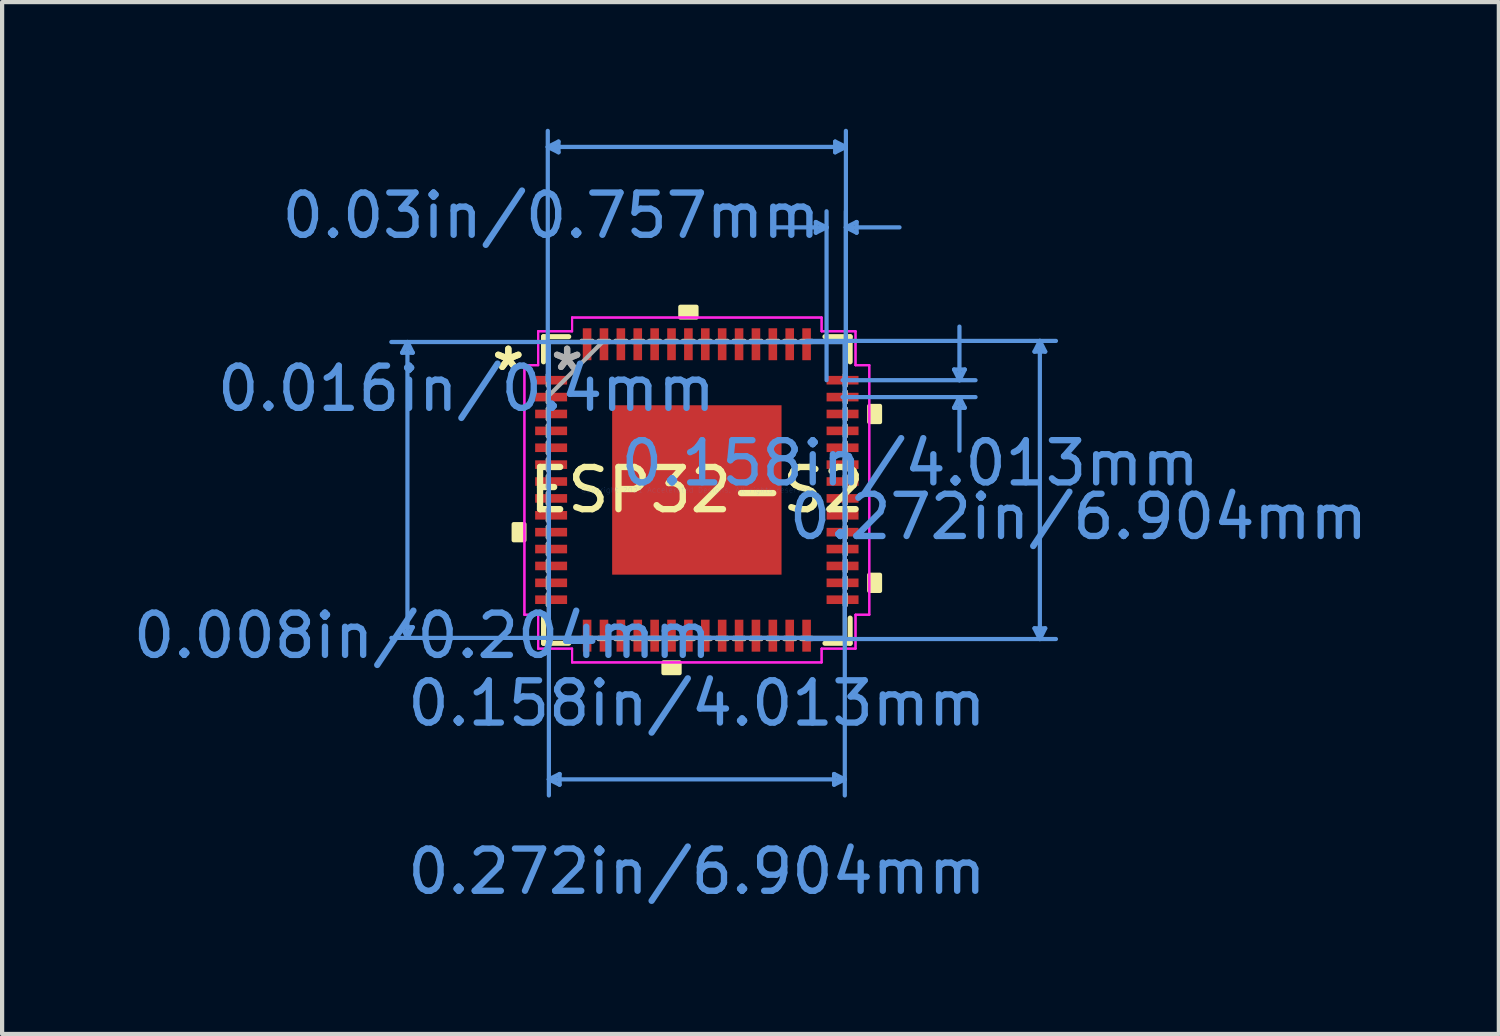
<source format=kicad_pcb>
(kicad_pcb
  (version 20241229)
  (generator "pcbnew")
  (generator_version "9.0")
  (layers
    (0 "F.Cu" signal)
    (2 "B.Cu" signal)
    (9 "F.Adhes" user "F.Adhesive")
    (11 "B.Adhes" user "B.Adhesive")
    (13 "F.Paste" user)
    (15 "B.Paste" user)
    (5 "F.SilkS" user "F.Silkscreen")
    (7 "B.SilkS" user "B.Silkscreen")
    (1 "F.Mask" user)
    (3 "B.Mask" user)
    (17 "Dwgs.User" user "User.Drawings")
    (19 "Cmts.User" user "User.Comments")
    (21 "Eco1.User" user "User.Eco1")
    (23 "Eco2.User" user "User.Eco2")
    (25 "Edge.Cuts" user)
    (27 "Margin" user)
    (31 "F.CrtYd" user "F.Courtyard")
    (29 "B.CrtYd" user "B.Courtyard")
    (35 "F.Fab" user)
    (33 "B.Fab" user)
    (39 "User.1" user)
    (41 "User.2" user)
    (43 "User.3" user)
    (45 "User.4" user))
  (footprint "ESP32-S2"
    (layer "F.Cu")
    (at 13.458 8.557)
    (property "Reference" "ESP32-S2" (at 0 0 0) (layer "F.SilkS") (effects (font (size 1 1) (thickness 0.15))))
    (attr through_hole)
    (fp_line (start -3.632 -3.632) (end -3.632 -3.035) (stroke (width 0.12) (type solid)) (layer "F.SilkS"))
    (fp_line (start -3.632 3.035) (end -3.632 3.632) (stroke (width 0.12) (type solid)) (layer "F.SilkS"))
    (fp_line (start -3.632 3.632) (end -3.035 3.632) (stroke (width 0.12) (type solid)) (layer "F.SilkS"))
    (fp_line (start -3.035 -3.632) (end -3.632 -3.632) (stroke (width 0.12) (type solid)) (layer "F.SilkS"))
    (fp_line (start 3.035 3.632) (end 3.632 3.632) (stroke (width 0.12) (type solid)) (layer "F.SilkS"))
    (fp_line (start 3.632 -3.632) (end 3.035 -3.632) (stroke (width 0.12) (type solid)) (layer "F.SilkS"))
    (fp_line (start 3.632 -3.035) (end 3.632 -3.632) (stroke (width 0.12) (type solid)) (layer "F.SilkS"))
    (fp_line (start 3.632 3.632) (end 3.632 3.035) (stroke (width 0.12) (type solid)) (layer "F.SilkS"))
    (fp_poly (pts (xy -4.339 0.81) (xy -4.339 1.191) (xy -4.085 1.191) (xy -4.085 0.81)) (stroke (width 0.1) (type solid)) (fill yes) (layer "F.SilkS"))
    (fp_poly (pts (xy -0.79 4.085) (xy -0.79 4.339) (xy -0.409 4.339) (xy -0.409 4.085)) (stroke (width 0.1) (type solid)) (fill yes) (layer "F.SilkS"))
    (fp_poly (pts (xy -0.391 -4.085) (xy -0.391 -4.339) (xy -0.009 -4.339) (xy -0.009 -4.085)) (stroke (width 0.1) (type solid)) (fill yes) (layer "F.SilkS"))
    (fp_poly (pts (xy 4.339 -1.99) (xy 4.339 -1.609) (xy 4.085 -1.609) (xy 4.085 -1.99)) (stroke (width 0.1) (type solid)) (fill yes) (layer "F.SilkS"))
    (fp_poly (pts (xy 4.339 2.01) (xy 4.339 2.391) (xy 4.085 2.391) (xy 4.085 2.01)) (stroke (width 0.1) (type solid)) (fill yes) (layer "F.SilkS"))
    (fp_poly (pts (xy -1.907 -1.907) (xy -1.907 -0.769) (xy -0.769 -0.769) (xy -0.769 -1.907)) (stroke (width 0.1) (type solid)) (fill yes) (layer "F.Paste"))
    (fp_poly (pts (xy -1.907 -0.569) (xy -1.907 0.569) (xy -0.769 0.569) (xy -0.769 -0.569)) (stroke (width 0.1) (type solid)) (fill yes) (layer "F.Paste"))
    (fp_poly (pts (xy -1.907 0.769) (xy -1.907 1.907) (xy -0.769 1.907) (xy -0.769 0.769)) (stroke (width 0.1) (type solid)) (fill yes) (layer "F.Paste"))
    (fp_poly (pts (xy -0.569 -1.907) (xy -0.569 -0.769) (xy 0.569 -0.769) (xy 0.569 -1.907)) (stroke (width 0.1) (type solid)) (fill yes) (layer "F.Paste"))
    (fp_poly (pts (xy -0.569 -0.569) (xy -0.569 0.569) (xy 0.569 0.569) (xy 0.569 -0.569)) (stroke (width 0.1) (type solid)) (fill yes) (layer "F.Paste"))
    (fp_poly (pts (xy -0.569 0.769) (xy -0.569 1.907) (xy 0.569 1.907) (xy 0.569 0.769)) (stroke (width 0.1) (type solid)) (fill yes) (layer "F.Paste"))
    (fp_poly (pts (xy 0.769 -1.907) (xy 0.769 -0.769) (xy 1.907 -0.769) (xy 1.907 -1.907)) (stroke (width 0.1) (type solid)) (fill yes) (layer "F.Paste"))
    (fp_poly (pts (xy 0.769 -0.569) (xy 0.769 0.569) (xy 1.907 0.569) (xy 1.907 -0.569)) (stroke (width 0.1) (type solid)) (fill yes) (layer "F.Paste"))
    (fp_poly (pts (xy 0.769 0.769) (xy 0.769 1.907) (xy 1.907 1.907) (xy 1.907 0.769)) (stroke (width 0.1) (type solid)) (fill yes) (layer "F.Paste"))
    (fp_line (start -6.983 -3.251) (end -6.729 -3.251) (stroke (width 0.1) (type solid)) (layer "Cmts.User"))
    (fp_line (start -6.983 3.251) (end -6.729 3.251) (stroke (width 0.1) (type solid)) (layer "Cmts.User"))
    (fp_line (start -6.856 -3.505) (end -6.983 -3.251) (stroke (width 0.1) (type solid)) (layer "Cmts.User"))
    (fp_line (start -6.856 -3.505) (end -6.856 3.505) (stroke (width 0.1) (type solid)) (layer "Cmts.User"))
    (fp_line (start -6.856 -3.505) (end -6.729 -3.251) (stroke (width 0.1) (type solid)) (layer "Cmts.User"))
    (fp_line (start -6.856 3.505) (end -6.983 3.251) (stroke (width 0.1) (type solid)) (layer "Cmts.User"))
    (fp_line (start -6.856 3.505) (end -6.729 3.251) (stroke (width 0.1) (type solid)) (layer "Cmts.User"))
    (fp_line (start -3.531 -8.126) (end -3.277 -8.253) (stroke (width 0.1) (type solid)) (layer "Cmts.User"))
    (fp_line (start -3.531 -8.126) (end -3.277 -7.999) (stroke (width 0.1) (type solid)) (layer "Cmts.User"))
    (fp_line (start -3.531 -8.126) (end 3.531 -8.126) (stroke (width 0.1) (type solid)) (layer "Cmts.User"))
    (fp_line (start -3.531 -2.6) (end -3.531 -8.507) (stroke (width 0.1) (type solid)) (layer "Cmts.User"))
    (fp_line (start -3.505 -3.505) (end -3.505 7.237) (stroke (width 0.1) (type solid)) (layer "Cmts.User"))
    (fp_line (start -3.505 6.856) (end -3.251 6.729) (stroke (width 0.1) (type solid)) (layer "Cmts.User"))
    (fp_line (start -3.505 6.856) (end -3.251 6.983) (stroke (width 0.1) (type solid)) (layer "Cmts.User"))
    (fp_line (start -3.505 6.856) (end 3.505 6.856) (stroke (width 0.1) (type solid)) (layer "Cmts.User"))
    (fp_line (start -3.277 -8.253) (end -3.277 -7.999) (stroke (width 0.1) (type solid)) (layer "Cmts.User"))
    (fp_line (start -3.251 6.729) (end -3.251 6.983) (stroke (width 0.1) (type solid)) (layer "Cmts.User"))
    (fp_line (start 2.6 -3.531) (end 8.507 -3.531) (stroke (width 0.1) (type solid)) (layer "Cmts.User"))
    (fp_line (start 2.6 3.531) (end 8.507 3.531) (stroke (width 0.1) (type solid)) (layer "Cmts.User"))
    (fp_line (start 2.819 -6.348) (end 2.819 -6.094) (stroke (width 0.1) (type solid)) (layer "Cmts.User"))
    (fp_line (start 3.073 -6.221) (end 1.803 -6.221) (stroke (width 0.1) (type solid)) (layer "Cmts.User"))
    (fp_line (start 3.073 -6.221) (end 2.819 -6.348) (stroke (width 0.1) (type solid)) (layer "Cmts.User"))
    (fp_line (start 3.073 -6.221) (end 2.819 -6.094) (stroke (width 0.1) (type solid)) (layer "Cmts.User"))
    (fp_line (start 3.073 -2.6) (end 3.073 -6.602) (stroke (width 0.1) (type solid)) (layer "Cmts.User"))
    (fp_line (start 3.251 6.729) (end 3.251 6.983) (stroke (width 0.1) (type solid)) (layer "Cmts.User"))
    (fp_line (start 3.277 -8.253) (end 3.277 -7.999) (stroke (width 0.1) (type solid)) (layer "Cmts.User"))
    (fp_line (start 3.452 -2.6) (end 6.602 -2.6) (stroke (width 0.1) (type solid)) (layer "Cmts.User"))
    (fp_line (start 3.452 -2.2) (end 6.602 -2.2) (stroke (width 0.1) (type solid)) (layer "Cmts.User"))
    (fp_line (start 3.505 -3.505) (end -7.237 -3.505) (stroke (width 0.1) (type solid)) (layer "Cmts.User"))
    (fp_line (start 3.505 -3.505) (end 3.505 7.237) (stroke (width 0.1) (type solid)) (layer "Cmts.User"))
    (fp_line (start 3.505 3.505) (end -7.237 3.505) (stroke (width 0.1) (type solid)) (layer "Cmts.User"))
    (fp_line (start 3.505 6.856) (end 3.251 6.729) (stroke (width 0.1) (type solid)) (layer "Cmts.User"))
    (fp_line (start 3.505 6.856) (end 3.251 6.983) (stroke (width 0.1) (type solid)) (layer "Cmts.User"))
    (fp_line (start 3.531 -8.126) (end 3.277 -8.253) (stroke (width 0.1) (type solid)) (layer "Cmts.User"))
    (fp_line (start 3.531 -8.126) (end 3.277 -7.999) (stroke (width 0.1) (type solid)) (layer "Cmts.User"))
    (fp_line (start 3.531 -6.221) (end 3.785 -6.348) (stroke (width 0.1) (type solid)) (layer "Cmts.User"))
    (fp_line (start 3.531 -6.221) (end 3.785 -6.094) (stroke (width 0.1) (type solid)) (layer "Cmts.User"))
    (fp_line (start 3.531 -6.221) (end 4.801 -6.221) (stroke (width 0.1) (type solid)) (layer "Cmts.User"))
    (fp_line (start 3.531 -2.6) (end 3.531 -8.507) (stroke (width 0.1) (type solid)) (layer "Cmts.User"))
    (fp_line (start 3.531 -2.6) (end 3.531 -6.602) (stroke (width 0.1) (type solid)) (layer "Cmts.User"))
    (fp_line (start 3.785 -6.348) (end 3.785 -6.094) (stroke (width 0.1) (type solid)) (layer "Cmts.User"))
    (fp_line (start 6.094 -2.854) (end 6.348 -2.854) (stroke (width 0.1) (type solid)) (layer "Cmts.User"))
    (fp_line (start 6.094 -1.946) (end 6.348 -1.946) (stroke (width 0.1) (type solid)) (layer "Cmts.User"))
    (fp_line (start 6.221 -2.6) (end 6.094 -2.854) (stroke (width 0.1) (type solid)) (layer "Cmts.User"))
    (fp_line (start 6.221 -2.6) (end 6.221 -3.87) (stroke (width 0.1) (type solid)) (layer "Cmts.User"))
    (fp_line (start 6.221 -2.6) (end 6.348 -2.854) (stroke (width 0.1) (type solid)) (layer "Cmts.User"))
    (fp_line (start 6.221 -2.2) (end 6.094 -1.946) (stroke (width 0.1) (type solid)) (layer "Cmts.User"))
    (fp_line (start 6.221 -2.2) (end 6.221 -0.93) (stroke (width 0.1) (type solid)) (layer "Cmts.User"))
    (fp_line (start 6.221 -2.2) (end 6.348 -1.946) (stroke (width 0.1) (type solid)) (layer "Cmts.User"))
    (fp_line (start 7.999 -3.277) (end 8.253 -3.277) (stroke (width 0.1) (type solid)) (layer "Cmts.User"))
    (fp_line (start 7.999 3.277) (end 8.253 3.277) (stroke (width 0.1) (type solid)) (layer "Cmts.User"))
    (fp_line (start 8.126 -3.531) (end 7.999 -3.277) (stroke (width 0.1) (type solid)) (layer "Cmts.User"))
    (fp_line (start 8.126 -3.531) (end 8.126 3.531) (stroke (width 0.1) (type solid)) (layer "Cmts.User"))
    (fp_line (start 8.126 -3.531) (end 8.253 -3.277) (stroke (width 0.1) (type solid)) (layer "Cmts.User"))
    (fp_line (start 8.126 3.531) (end 7.999 3.277) (stroke (width 0.1) (type solid)) (layer "Cmts.User"))
    (fp_line (start 8.126 3.531) (end 8.253 3.277) (stroke (width 0.1) (type solid)) (layer "Cmts.User"))
    (fp_line (start -4.085 -2.956) (end -3.759 -2.956) (stroke (width 0.05) (type solid)) (layer "F.CrtYd"))
    (fp_line (start -4.085 -2.956) (end -3.759 -2.956) (stroke (width 0.05) (type solid)) (layer "F.CrtYd"))
    (fp_line (start -4.085 2.956) (end -4.085 -2.956) (stroke (width 0.05) (type solid)) (layer "F.CrtYd"))
    (fp_line (start -4.085 2.956) (end -4.085 -2.956) (stroke (width 0.05) (type solid)) (layer "F.CrtYd"))
    (fp_line (start -3.759 -3.759) (end -2.956 -3.759) (stroke (width 0.05) (type solid)) (layer "F.CrtYd"))
    (fp_line (start -3.759 -3.759) (end -2.956 -3.759) (stroke (width 0.05) (type solid)) (layer "F.CrtYd"))
    (fp_line (start -3.759 -2.956) (end -3.759 -3.759) (stroke (width 0.05) (type solid)) (layer "F.CrtYd"))
    (fp_line (start -3.759 -2.956) (end -3.759 -3.759) (stroke (width 0.05) (type solid)) (layer "F.CrtYd"))
    (fp_line (start -3.759 2.956) (end -4.085 2.956) (stroke (width 0.05) (type solid)) (layer "F.CrtYd"))
    (fp_line (start -3.759 2.956) (end -4.085 2.956) (stroke (width 0.05) (type solid)) (layer "F.CrtYd"))
    (fp_line (start -3.759 3.759) (end -3.759 2.956) (stroke (width 0.05) (type solid)) (layer "F.CrtYd"))
    (fp_line (start -3.759 3.759) (end -3.759 2.956) (stroke (width 0.05) (type solid)) (layer "F.CrtYd"))
    (fp_line (start -2.956 -4.085) (end 2.956 -4.085) (stroke (width 0.05) (type solid)) (layer "F.CrtYd"))
    (fp_line (start -2.956 -4.085) (end 2.956 -4.085) (stroke (width 0.05) (type solid)) (layer "F.CrtYd"))
    (fp_line (start -2.956 -3.759) (end -2.956 -4.085) (stroke (width 0.05) (type solid)) (layer "F.CrtYd"))
    (fp_line (start -2.956 -3.759) (end -2.956 -4.085) (stroke (width 0.05) (type solid)) (layer "F.CrtYd"))
    (fp_line (start -2.956 3.759) (end -3.759 3.759) (stroke (width 0.05) (type solid)) (layer "F.CrtYd"))
    (fp_line (start -2.956 3.759) (end -3.759 3.759) (stroke (width 0.05) (type solid)) (layer "F.CrtYd"))
    (fp_line (start -2.956 4.085) (end -2.956 3.759) (stroke (width 0.05) (type solid)) (layer "F.CrtYd"))
    (fp_line (start -2.956 4.085) (end -2.956 3.759) (stroke (width 0.05) (type solid)) (layer "F.CrtYd"))
    (fp_line (start 2.956 -4.085) (end 2.956 -3.759) (stroke (width 0.05) (type solid)) (layer "F.CrtYd"))
    (fp_line (start 2.956 -4.085) (end 2.956 -3.759) (stroke (width 0.05) (type solid)) (layer "F.CrtYd"))
    (fp_line (start 2.956 -3.759) (end 3.759 -3.759) (stroke (width 0.05) (type solid)) (layer "F.CrtYd"))
    (fp_line (start 2.956 -3.759) (end 3.759 -3.759) (stroke (width 0.05) (type solid)) (layer "F.CrtYd"))
    (fp_line (start 2.956 3.759) (end 2.956 4.085) (stroke (width 0.05) (type solid)) (layer "F.CrtYd"))
    (fp_line (start 2.956 3.759) (end 2.956 4.085) (stroke (width 0.05) (type solid)) (layer "F.CrtYd"))
    (fp_line (start 2.956 4.085) (end -2.956 4.085) (stroke (width 0.05) (type solid)) (layer "F.CrtYd"))
    (fp_line (start 2.956 4.085) (end -2.956 4.085) (stroke (width 0.05) (type solid)) (layer "F.CrtYd"))
    (fp_line (start 3.759 -3.759) (end 3.759 -2.956) (stroke (width 0.05) (type solid)) (layer "F.CrtYd"))
    (fp_line (start 3.759 -3.759) (end 3.759 -2.956) (stroke (width 0.05) (type solid)) (layer "F.CrtYd"))
    (fp_line (start 3.759 -2.956) (end 4.085 -2.956) (stroke (width 0.05) (type solid)) (layer "F.CrtYd"))
    (fp_line (start 3.759 -2.956) (end 4.085 -2.956) (stroke (width 0.05) (type solid)) (layer "F.CrtYd"))
    (fp_line (start 3.759 2.956) (end 3.759 3.759) (stroke (width 0.05) (type solid)) (layer "F.CrtYd"))
    (fp_line (start 3.759 2.956) (end 3.759 3.759) (stroke (width 0.05) (type solid)) (layer "F.CrtYd"))
    (fp_line (start 3.759 3.759) (end 2.956 3.759) (stroke (width 0.05) (type solid)) (layer "F.CrtYd"))
    (fp_line (start 3.759 3.759) (end 2.956 3.759) (stroke (width 0.05) (type solid)) (layer "F.CrtYd"))
    (fp_line (start 4.085 -2.956) (end 4.085 2.956) (stroke (width 0.05) (type solid)) (layer "F.CrtYd"))
    (fp_line (start 4.085 -2.956) (end 4.085 2.956) (stroke (width 0.05) (type solid)) (layer "F.CrtYd"))
    (fp_line (start 4.085 2.956) (end 3.759 2.956) (stroke (width 0.05) (type solid)) (layer "F.CrtYd"))
    (fp_line (start 4.085 2.956) (end 3.759 2.956) (stroke (width 0.05) (type solid)) (layer "F.CrtYd"))
    (fp_line (start -3.531 -2.727) (end -3.531 -2.473) (stroke (width 0.1) (type solid)) (layer "F.Fab"))
    (fp_line (start -3.531 -2.473) (end -3.505 -2.473) (stroke (width 0.1) (type solid)) (layer "F.Fab"))
    (fp_line (start -3.531 -2.327) (end -3.531 -2.073) (stroke (width 0.1) (type solid)) (layer "F.Fab"))
    (fp_line (start -3.531 -2.073) (end -3.505 -2.073) (stroke (width 0.1) (type solid)) (layer "F.Fab"))
    (fp_line (start -3.531 -1.927) (end -3.531 -1.673) (stroke (width 0.1) (type solid)) (layer "F.Fab"))
    (fp_line (start -3.531 -1.673) (end -3.505 -1.673) (stroke (width 0.1) (type solid)) (layer "F.Fab"))
    (fp_line (start -3.531 -1.527) (end -3.531 -1.273) (stroke (width 0.1) (type solid)) (layer "F.Fab"))
    (fp_line (start -3.531 -1.273) (end -3.505 -1.273) (stroke (width 0.1) (type solid)) (layer "F.Fab"))
    (fp_line (start -3.531 -1.127) (end -3.531 -0.873) (stroke (width 0.1) (type solid)) (layer "F.Fab"))
    (fp_line (start -3.531 -0.873) (end -3.505 -0.873) (stroke (width 0.1) (type solid)) (layer "F.Fab"))
    (fp_line (start -3.531 -0.727) (end -3.531 -0.473) (stroke (width 0.1) (type solid)) (layer "F.Fab"))
    (fp_line (start -3.531 -0.473) (end -3.505 -0.473) (stroke (width 0.1) (type solid)) (layer "F.Fab"))
    (fp_line (start -3.531 -0.327) (end -3.531 -0.073) (stroke (width 0.1) (type solid)) (layer "F.Fab"))
    (fp_line (start -3.531 -0.073) (end -3.505 -0.073) (stroke (width 0.1) (type solid)) (layer "F.Fab"))
    (fp_line (start -3.531 0.073) (end -3.531 0.327) (stroke (width 0.1) (type solid)) (layer "F.Fab"))
    (fp_line (start -3.531 0.327) (end -3.505 0.327) (stroke (width 0.1) (type solid)) (layer "F.Fab"))
    (fp_line (start -3.531 0.473) (end -3.531 0.727) (stroke (width 0.1) (type solid)) (layer "F.Fab"))
    (fp_line (start -3.531 0.727) (end -3.505 0.727) (stroke (width 0.1) (type solid)) (layer "F.Fab"))
    (fp_line (start -3.531 0.873) (end -3.531 1.127) (stroke (width 0.1) (type solid)) (layer "F.Fab"))
    (fp_line (start -3.531 1.127) (end -3.505 1.127) (stroke (width 0.1) (type solid)) (layer "F.Fab"))
    (fp_line (start -3.531 1.273) (end -3.531 1.527) (stroke (width 0.1) (type solid)) (layer "F.Fab"))
    (fp_line (start -3.531 1.527) (end -3.505 1.527) (stroke (width 0.1) (type solid)) (layer "F.Fab"))
    (fp_line (start -3.531 1.673) (end -3.531 1.927) (stroke (width 0.1) (type solid)) (layer "F.Fab"))
    (fp_line (start -3.531 1.927) (end -3.505 1.927) (stroke (width 0.1) (type solid)) (layer "F.Fab"))
    (fp_line (start -3.531 2.073) (end -3.531 2.327) (stroke (width 0.1) (type solid)) (layer "F.Fab"))
    (fp_line (start -3.531 2.327) (end -3.505 2.327) (stroke (width 0.1) (type solid)) (layer "F.Fab"))
    (fp_line (start -3.531 2.473) (end -3.531 2.727) (stroke (width 0.1) (type solid)) (layer "F.Fab"))
    (fp_line (start -3.531 2.727) (end -3.505 2.727) (stroke (width 0.1) (type solid)) (layer "F.Fab"))
    (fp_line (start -3.505 -3.505) (end -3.505 -3.505) (stroke (width 0.1) (type solid)) (layer "F.Fab"))
    (fp_line (start -3.505 -3.505) (end -3.505 3.505) (stroke (width 0.1) (type solid)) (layer "F.Fab"))
    (fp_line (start -3.505 -2.727) (end -3.531 -2.727) (stroke (width 0.1) (type solid)) (layer "F.Fab"))
    (fp_line (start -3.505 -2.473) (end -3.505 -2.727) (stroke (width 0.1) (type solid)) (layer "F.Fab"))
    (fp_line (start -3.505 -2.327) (end -3.531 -2.327) (stroke (width 0.1) (type solid)) (layer "F.Fab"))
    (fp_line (start -3.505 -2.235) (end -2.235 -3.505) (stroke (width 0.1) (type solid)) (layer "F.Fab"))
    (fp_line (start -3.505 -2.073) (end -3.505 -2.327) (stroke (width 0.1) (type solid)) (layer "F.Fab"))
    (fp_line (start -3.505 -1.927) (end -3.531 -1.927) (stroke (width 0.1) (type solid)) (layer "F.Fab"))
    (fp_line (start -3.505 -1.673) (end -3.505 -1.927) (stroke (width 0.1) (type solid)) (layer "F.Fab"))
    (fp_line (start -3.505 -1.527) (end -3.531 -1.527) (stroke (width 0.1) (type solid)) (layer "F.Fab"))
    (fp_line (start -3.505 -1.273) (end -3.505 -1.527) (stroke (width 0.1) (type solid)) (layer "F.Fab"))
    (fp_line (start -3.505 -1.127) (end -3.531 -1.127) (stroke (width 0.1) (type solid)) (layer "F.Fab"))
    (fp_line (start -3.505 -0.873) (end -3.505 -1.127) (stroke (width 0.1) (type solid)) (layer "F.Fab"))
    (fp_line (start -3.505 -0.727) (end -3.531 -0.727) (stroke (width 0.1) (type solid)) (layer "F.Fab"))
    (fp_line (start -3.505 -0.473) (end -3.505 -0.727) (stroke (width 0.1) (type solid)) (layer "F.Fab"))
    (fp_line (start -3.505 -0.327) (end -3.531 -0.327) (stroke (width 0.1) (type solid)) (layer "F.Fab"))
    (fp_line (start -3.505 -0.073) (end -3.505 -0.327) (stroke (width 0.1) (type solid)) (layer "F.Fab"))
    (fp_line (start -3.505 0.073) (end -3.531 0.073) (stroke (width 0.1) (type solid)) (layer "F.Fab"))
    (fp_line (start -3.505 0.327) (end -3.505 0.073) (stroke (width 0.1) (type solid)) (layer "F.Fab"))
    (fp_line (start -3.505 0.473) (end -3.531 0.473) (stroke (width 0.1) (type solid)) (layer "F.Fab"))
    (fp_line (start -3.505 0.727) (end -3.505 0.473) (stroke (width 0.1) (type solid)) (layer "F.Fab"))
    (fp_line (start -3.505 0.873) (end -3.531 0.873) (stroke (width 0.1) (type solid)) (layer "F.Fab"))
    (fp_line (start -3.505 1.127) (end -3.505 0.873) (stroke (width 0.1) (type solid)) (layer "F.Fab"))
    (fp_line (start -3.505 1.273) (end -3.531 1.273) (stroke (width 0.1) (type solid)) (layer "F.Fab"))
    (fp_line (start -3.505 1.527) (end -3.505 1.273) (stroke (width 0.1) (type solid)) (layer "F.Fab"))
    (fp_line (start -3.505 1.673) (end -3.531 1.673) (stroke (width 0.1) (type solid)) (layer "F.Fab"))
    (fp_line (start -3.505 1.927) (end -3.505 1.673) (stroke (width 0.1) (type solid)) (layer "F.Fab"))
    (fp_line (start -3.505 2.073) (end -3.531 2.073) (stroke (width 0.1) (type solid)) (layer "F.Fab"))
    (fp_line (start -3.505 2.327) (end -3.505 2.073) (stroke (width 0.1) (type solid)) (layer "F.Fab"))
    (fp_line (start -3.505 2.473) (end -3.531 2.473) (stroke (width 0.1) (type solid)) (layer "F.Fab"))
    (fp_line (start -3.505 2.727) (end -3.505 2.473) (stroke (width 0.1) (type solid)) (layer "F.Fab"))
    (fp_line (start -3.505 3.505) (end -3.505 3.505) (stroke (width 0.1) (type solid)) (layer "F.Fab"))
    (fp_line (start -3.505 3.505) (end 3.505 3.505) (stroke (width 0.1) (type solid)) (layer "F.Fab"))
    (fp_line (start -2.727 -3.531) (end -2.727 -3.505) (stroke (width 0.1) (type solid)) (layer "F.Fab"))
    (fp_line (start -2.727 -3.505) (end -2.473 -3.505) (stroke (width 0.1) (type solid)) (layer "F.Fab"))
    (fp_line (start -2.727 3.505) (end -2.727 3.531) (stroke (width 0.1) (type solid)) (layer "F.Fab"))
    (fp_line (start -2.727 3.531) (end -2.473 3.531) (stroke (width 0.1) (type solid)) (layer "F.Fab"))
    (fp_line (start -2.473 -3.531) (end -2.727 -3.531) (stroke (width 0.1) (type solid)) (layer "F.Fab"))
    (fp_line (start -2.473 -3.505) (end -2.473 -3.531) (stroke (width 0.1) (type solid)) (layer "F.Fab"))
    (fp_line (start -2.473 3.505) (end -2.727 3.505) (stroke (width 0.1) (type solid)) (layer "F.Fab"))
    (fp_line (start -2.473 3.531) (end -2.473 3.505) (stroke (width 0.1) (type solid)) (layer "F.Fab"))
    (fp_line (start -2.327 -3.531) (end -2.327 -3.505) (stroke (width 0.1) (type solid)) (layer "F.Fab"))
    (fp_line (start -2.327 -3.505) (end -2.073 -3.505) (stroke (width 0.1) (type solid)) (layer "F.Fab"))
    (fp_line (start -2.327 3.505) (end -2.327 3.531) (stroke (width 0.1) (type solid)) (layer "F.Fab"))
    (fp_line (start -2.327 3.531) (end -2.073 3.531) (stroke (width 0.1) (type solid)) (layer "F.Fab"))
    (fp_line (start -2.073 -3.531) (end -2.327 -3.531) (stroke (width 0.1) (type solid)) (layer "F.Fab"))
    (fp_line (start -2.073 -3.505) (end -2.073 -3.531) (stroke (width 0.1) (type solid)) (layer "F.Fab"))
    (fp_line (start -2.073 3.505) (end -2.327 3.505) (stroke (width 0.1) (type solid)) (layer "F.Fab"))
    (fp_line (start -2.073 3.531) (end -2.073 3.505) (stroke (width 0.1) (type solid)) (layer "F.Fab"))
    (fp_line (start -1.927 -3.531) (end -1.927 -3.505) (stroke (width 0.1) (type solid)) (layer "F.Fab"))
    (fp_line (start -1.927 -3.505) (end -1.673 -3.505) (stroke (width 0.1) (type solid)) (layer "F.Fab"))
    (fp_line (start -1.927 3.505) (end -1.927 3.531) (stroke (width 0.1) (type solid)) (layer "F.Fab"))
    (fp_line (start -1.927 3.531) (end -1.673 3.531) (stroke (width 0.1) (type solid)) (layer "F.Fab"))
    (fp_line (start -1.673 -3.531) (end -1.927 -3.531) (stroke (width 0.1) (type solid)) (layer "F.Fab"))
    (fp_line (start -1.673 -3.505) (end -1.673 -3.531) (stroke (width 0.1) (type solid)) (layer "F.Fab"))
    (fp_line (start -1.673 3.505) (end -1.927 3.505) (stroke (width 0.1) (type solid)) (layer "F.Fab"))
    (fp_line (start -1.673 3.531) (end -1.673 3.505) (stroke (width 0.1) (type solid)) (layer "F.Fab"))
    (fp_line (start -1.527 -3.531) (end -1.527 -3.505) (stroke (width 0.1) (type solid)) (layer "F.Fab"))
    (fp_line (start -1.527 -3.505) (end -1.273 -3.505) (stroke (width 0.1) (type solid)) (layer "F.Fab"))
    (fp_line (start -1.527 3.505) (end -1.527 3.531) (stroke (width 0.1) (type solid)) (layer "F.Fab"))
    (fp_line (start -1.527 3.531) (end -1.273 3.531) (stroke (width 0.1) (type solid)) (layer "F.Fab"))
    (fp_line (start -1.273 -3.531) (end -1.527 -3.531) (stroke (width 0.1) (type solid)) (layer "F.Fab"))
    (fp_line (start -1.273 -3.505) (end -1.273 -3.531) (stroke (width 0.1) (type solid)) (layer "F.Fab"))
    (fp_line (start -1.273 3.505) (end -1.527 3.505) (stroke (width 0.1) (type solid)) (layer "F.Fab"))
    (fp_line (start -1.273 3.531) (end -1.273 3.505) (stroke (width 0.1) (type solid)) (layer "F.Fab"))
    (fp_line (start -1.127 -3.531) (end -1.127 -3.505) (stroke (width 0.1) (type solid)) (layer "F.Fab"))
    (fp_line (start -1.127 -3.505) (end -0.873 -3.505) (stroke (width 0.1) (type solid)) (layer "F.Fab"))
    (fp_line (start -1.127 3.505) (end -1.127 3.531) (stroke (width 0.1) (type solid)) (layer "F.Fab"))
    (fp_line (start -1.127 3.531) (end -0.873 3.531) (stroke (width 0.1) (type solid)) (layer "F.Fab"))
    (fp_line (start -0.873 -3.531) (end -1.127 -3.531) (stroke (width 0.1) (type solid)) (layer "F.Fab"))
    (fp_line (start -0.873 -3.505) (end -0.873 -3.531) (stroke (width 0.1) (type solid)) (layer "F.Fab"))
    (fp_line (start -0.873 3.505) (end -1.127 3.505) (stroke (width 0.1) (type solid)) (layer "F.Fab"))
    (fp_line (start -0.873 3.531) (end -0.873 3.505) (stroke (width 0.1) (type solid)) (layer "F.Fab"))
    (fp_line (start -0.727 -3.531) (end -0.727 -3.505) (stroke (width 0.1) (type solid)) (layer "F.Fab"))
    (fp_line (start -0.727 -3.505) (end -0.473 -3.505) (stroke (width 0.1) (type solid)) (layer "F.Fab"))
    (fp_line (start -0.727 3.505) (end -0.727 3.531) (stroke (width 0.1) (type solid)) (layer "F.Fab"))
    (fp_line (start -0.727 3.531) (end -0.473 3.531) (stroke (width 0.1) (type solid)) (layer "F.Fab"))
    (fp_line (start -0.473 -3.531) (end -0.727 -3.531) (stroke (width 0.1) (type solid)) (layer "F.Fab"))
    (fp_line (start -0.473 -3.505) (end -0.473 -3.531) (stroke (width 0.1) (type solid)) (layer "F.Fab"))
    (fp_line (start -0.473 3.505) (end -0.727 3.505) (stroke (width 0.1) (type solid)) (layer "F.Fab"))
    (fp_line (start -0.473 3.531) (end -0.473 3.505) (stroke (width 0.1) (type solid)) (layer "F.Fab"))
    (fp_line (start -0.327 -3.531) (end -0.327 -3.505) (stroke (width 0.1) (type solid)) (layer "F.Fab"))
    (fp_line (start -0.327 -3.505) (end -0.073 -3.505) (stroke (width 0.1) (type solid)) (layer "F.Fab"))
    (fp_line (start -0.327 3.505) (end -0.327 3.531) (stroke (width 0.1) (type solid)) (layer "F.Fab"))
    (fp_line (start -0.327 3.531) (end -0.073 3.531) (stroke (width 0.1) (type solid)) (layer "F.Fab"))
    (fp_line (start -0.073 -3.531) (end -0.327 -3.531) (stroke (width 0.1) (type solid)) (layer "F.Fab"))
    (fp_line (start -0.073 -3.505) (end -0.073 -3.531) (stroke (width 0.1) (type solid)) (layer "F.Fab"))
    (fp_line (start -0.073 3.505) (end -0.327 3.505) (stroke (width 0.1) (type solid)) (layer "F.Fab"))
    (fp_line (start -0.073 3.531) (end -0.073 3.505) (stroke (width 0.1) (type solid)) (layer "F.Fab"))
    (fp_line (start 0.073 -3.531) (end 0.073 -3.505) (stroke (width 0.1) (type solid)) (layer "F.Fab"))
    (fp_line (start 0.073 -3.505) (end 0.327 -3.505) (stroke (width 0.1) (type solid)) (layer "F.Fab"))
    (fp_line (start 0.073 3.505) (end 0.073 3.531) (stroke (width 0.1) (type solid)) (layer "F.Fab"))
    (fp_line (start 0.073 3.531) (end 0.327 3.531) (stroke (width 0.1) (type solid)) (layer "F.Fab"))
    (fp_line (start 0.327 -3.531) (end 0.073 -3.531) (stroke (width 0.1) (type solid)) (layer "F.Fab"))
    (fp_line (start 0.327 -3.505) (end 0.327 -3.531) (stroke (width 0.1) (type solid)) (layer "F.Fab"))
    (fp_line (start 0.327 3.505) (end 0.073 3.505) (stroke (width 0.1) (type solid)) (layer "F.Fab"))
    (fp_line (start 0.327 3.531) (end 0.327 3.505) (stroke (width 0.1) (type solid)) (layer "F.Fab"))
    (fp_line (start 0.473 -3.531) (end 0.473 -3.505) (stroke (width 0.1) (type solid)) (layer "F.Fab"))
    (fp_line (start 0.473 -3.505) (end 0.727 -3.505) (stroke (width 0.1) (type solid)) (layer "F.Fab"))
    (fp_line (start 0.473 3.505) (end 0.473 3.531) (stroke (width 0.1) (type solid)) (layer "F.Fab"))
    (fp_line (start 0.473 3.531) (end 0.727 3.531) (stroke (width 0.1) (type solid)) (layer "F.Fab"))
    (fp_line (start 0.727 -3.531) (end 0.473 -3.531) (stroke (width 0.1) (type solid)) (layer "F.Fab"))
    (fp_line (start 0.727 -3.505) (end 0.727 -3.531) (stroke (width 0.1) (type solid)) (layer "F.Fab"))
    (fp_line (start 0.727 3.505) (end 0.473 3.505) (stroke (width 0.1) (type solid)) (layer "F.Fab"))
    (fp_line (start 0.727 3.531) (end 0.727 3.505) (stroke (width 0.1) (type solid)) (layer "F.Fab"))
    (fp_line (start 0.873 -3.531) (end 0.873 -3.505) (stroke (width 0.1) (type solid)) (layer "F.Fab"))
    (fp_line (start 0.873 -3.505) (end 1.127 -3.505) (stroke (width 0.1) (type solid)) (layer "F.Fab"))
    (fp_line (start 0.873 3.505) (end 0.873 3.531) (stroke (width 0.1) (type solid)) (layer "F.Fab"))
    (fp_line (start 0.873 3.531) (end 1.127 3.531) (stroke (width 0.1) (type solid)) (layer "F.Fab"))
    (fp_line (start 1.127 -3.531) (end 0.873 -3.531) (stroke (width 0.1) (type solid)) (layer "F.Fab"))
    (fp_line (start 1.127 -3.505) (end 1.127 -3.531) (stroke (width 0.1) (type solid)) (layer "F.Fab"))
    (fp_line (start 1.127 3.505) (end 0.873 3.505) (stroke (width 0.1) (type solid)) (layer "F.Fab"))
    (fp_line (start 1.127 3.531) (end 1.127 3.505) (stroke (width 0.1) (type solid)) (layer "F.Fab"))
    (fp_line (start 1.273 -3.531) (end 1.273 -3.505) (stroke (width 0.1) (type solid)) (layer "F.Fab"))
    (fp_line (start 1.273 -3.505) (end 1.527 -3.505) (stroke (width 0.1) (type solid)) (layer "F.Fab"))
    (fp_line (start 1.273 3.505) (end 1.273 3.531) (stroke (width 0.1) (type solid)) (layer "F.Fab"))
    (fp_line (start 1.273 3.531) (end 1.527 3.531) (stroke (width 0.1) (type solid)) (layer "F.Fab"))
    (fp_line (start 1.527 -3.531) (end 1.273 -3.531) (stroke (width 0.1) (type solid)) (layer "F.Fab"))
    (fp_line (start 1.527 -3.505) (end 1.527 -3.531) (stroke (width 0.1) (type solid)) (layer "F.Fab"))
    (fp_line (start 1.527 3.505) (end 1.273 3.505) (stroke (width 0.1) (type solid)) (layer "F.Fab"))
    (fp_line (start 1.527 3.531) (end 1.527 3.505) (stroke (width 0.1) (type solid)) (layer "F.Fab"))
    (fp_line (start 1.673 -3.531) (end 1.673 -3.505) (stroke (width 0.1) (type solid)) (layer "F.Fab"))
    (fp_line (start 1.673 -3.505) (end 1.927 -3.505) (stroke (width 0.1) (type solid)) (layer "F.Fab"))
    (fp_line (start 1.673 3.505) (end 1.673 3.531) (stroke (width 0.1) (type solid)) (layer "F.Fab"))
    (fp_line (start 1.673 3.531) (end 1.927 3.531) (stroke (width 0.1) (type solid)) (layer "F.Fab"))
    (fp_line (start 1.927 -3.531) (end 1.673 -3.531) (stroke (width 0.1) (type solid)) (layer "F.Fab"))
    (fp_line (start 1.927 -3.505) (end 1.927 -3.531) (stroke (width 0.1) (type solid)) (layer "F.Fab"))
    (fp_line (start 1.927 3.505) (end 1.673 3.505) (stroke (width 0.1) (type solid)) (layer "F.Fab"))
    (fp_line (start 1.927 3.531) (end 1.927 3.505) (stroke (width 0.1) (type solid)) (layer "F.Fab"))
    (fp_line (start 2.073 -3.531) (end 2.073 -3.505) (stroke (width 0.1) (type solid)) (layer "F.Fab"))
    (fp_line (start 2.073 -3.505) (end 2.327 -3.505) (stroke (width 0.1) (type solid)) (layer "F.Fab"))
    (fp_line (start 2.073 3.505) (end 2.073 3.531) (stroke (width 0.1) (type solid)) (layer "F.Fab"))
    (fp_line (start 2.073 3.531) (end 2.327 3.531) (stroke (width 0.1) (type solid)) (layer "F.Fab"))
    (fp_line (start 2.327 -3.531) (end 2.073 -3.531) (stroke (width 0.1) (type solid)) (layer "F.Fab"))
    (fp_line (start 2.327 -3.505) (end 2.327 -3.531) (stroke (width 0.1) (type solid)) (layer "F.Fab"))
    (fp_line (start 2.327 3.505) (end 2.073 3.505) (stroke (width 0.1) (type solid)) (layer "F.Fab"))
    (fp_line (start 2.327 3.531) (end 2.327 3.505) (stroke (width 0.1) (type solid)) (layer "F.Fab"))
    (fp_line (start 2.473 -3.531) (end 2.473 -3.505) (stroke (width 0.1) (type solid)) (layer "F.Fab"))
    (fp_line (start 2.473 -3.505) (end 2.727 -3.505) (stroke (width 0.1) (type solid)) (layer "F.Fab"))
    (fp_line (start 2.473 3.505) (end 2.473 3.531) (stroke (width 0.1) (type solid)) (layer "F.Fab"))
    (fp_line (start 2.473 3.531) (end 2.727 3.531) (stroke (width 0.1) (type solid)) (layer "F.Fab"))
    (fp_line (start 2.727 -3.531) (end 2.473 -3.531) (stroke (width 0.1) (type solid)) (layer "F.Fab"))
    (fp_line (start 2.727 -3.505) (end 2.727 -3.531) (stroke (width 0.1) (type solid)) (layer "F.Fab"))
    (fp_line (start 2.727 3.505) (end 2.473 3.505) (stroke (width 0.1) (type solid)) (layer "F.Fab"))
    (fp_line (start 2.727 3.531) (end 2.727 3.505) (stroke (width 0.1) (type solid)) (layer "F.Fab"))
    (fp_line (start 3.505 -3.505) (end -3.505 -3.505) (stroke (width 0.1) (type solid)) (layer "F.Fab"))
    (fp_line (start 3.505 -3.505) (end 3.505 -3.505) (stroke (width 0.1) (type solid)) (layer "F.Fab"))
    (fp_line (start 3.505 -2.727) (end 3.505 -2.473) (stroke (width 0.1) (type solid)) (layer "F.Fab"))
    (fp_line (start 3.505 -2.473) (end 3.531 -2.473) (stroke (width 0.1) (type solid)) (layer "F.Fab"))
    (fp_line (start 3.505 -2.327) (end 3.505 -2.073) (stroke (width 0.1) (type solid)) (layer "F.Fab"))
    (fp_line (start 3.505 -2.073) (end 3.531 -2.073) (stroke (width 0.1) (type solid)) (layer "F.Fab"))
    (fp_line (start 3.505 -1.927) (end 3.505 -1.673) (stroke (width 0.1) (type solid)) (layer "F.Fab"))
    (fp_line (start 3.505 -1.673) (end 3.531 -1.673) (stroke (width 0.1) (type solid)) (layer "F.Fab"))
    (fp_line (start 3.505 -1.527) (end 3.505 -1.273) (stroke (width 0.1) (type solid)) (layer "F.Fab"))
    (fp_line (start 3.505 -1.273) (end 3.531 -1.273) (stroke (width 0.1) (type solid)) (layer "F.Fab"))
    (fp_line (start 3.505 -1.127) (end 3.505 -0.873) (stroke (width 0.1) (type solid)) (layer "F.Fab"))
    (fp_line (start 3.505 -0.873) (end 3.531 -0.873) (stroke (width 0.1) (type solid)) (layer "F.Fab"))
    (fp_line (start 3.505 -0.727) (end 3.505 -0.473) (stroke (width 0.1) (type solid)) (layer "F.Fab"))
    (fp_line (start 3.505 -0.473) (end 3.531 -0.473) (stroke (width 0.1) (type solid)) (layer "F.Fab"))
    (fp_line (start 3.505 -0.327) (end 3.505 -0.073) (stroke (width 0.1) (type solid)) (layer "F.Fab"))
    (fp_line (start 3.505 -0.073) (end 3.531 -0.073) (stroke (width 0.1) (type solid)) (layer "F.Fab"))
    (fp_line (start 3.505 0.073) (end 3.505 0.327) (stroke (width 0.1) (type solid)) (layer "F.Fab"))
    (fp_line (start 3.505 0.327) (end 3.531 0.327) (stroke (width 0.1) (type solid)) (layer "F.Fab"))
    (fp_line (start 3.505 0.473) (end 3.505 0.727) (stroke (width 0.1) (type solid)) (layer "F.Fab"))
    (fp_line (start 3.505 0.727) (end 3.531 0.727) (stroke (width 0.1) (type solid)) (layer "F.Fab"))
    (fp_line (start 3.505 0.873) (end 3.505 1.127) (stroke (width 0.1) (type solid)) (layer "F.Fab"))
    (fp_line (start 3.505 1.127) (end 3.531 1.127) (stroke (width 0.1) (type solid)) (layer "F.Fab"))
    (fp_line (start 3.505 1.273) (end 3.505 1.527) (stroke (width 0.1) (type solid)) (layer "F.Fab"))
    (fp_line (start 3.505 1.527) (end 3.531 1.527) (stroke (width 0.1) (type solid)) (layer "F.Fab"))
    (fp_line (start 3.505 1.673) (end 3.505 1.927) (stroke (width 0.1) (type solid)) (layer "F.Fab"))
    (fp_line (start 3.505 1.927) (end 3.531 1.927) (stroke (width 0.1) (type solid)) (layer "F.Fab"))
    (fp_line (start 3.505 2.073) (end 3.505 2.327) (stroke (width 0.1) (type solid)) (layer "F.Fab"))
    (fp_line (start 3.505 2.327) (end 3.531 2.327) (stroke (width 0.1) (type solid)) (layer "F.Fab"))
    (fp_line (start 3.505 2.473) (end 3.505 2.727) (stroke (width 0.1) (type solid)) (layer "F.Fab"))
    (fp_line (start 3.505 2.727) (end 3.531 2.727) (stroke (width 0.1) (type solid)) (layer "F.Fab"))
    (fp_line (start 3.505 3.505) (end 3.505 -3.505) (stroke (width 0.1) (type solid)) (layer "F.Fab"))
    (fp_line (start 3.505 3.505) (end 3.505 3.505) (stroke (width 0.1) (type solid)) (layer "F.Fab"))
    (fp_line (start 3.531 -2.727) (end 3.505 -2.727) (stroke (width 0.1) (type solid)) (layer "F.Fab"))
    (fp_line (start 3.531 -2.473) (end 3.531 -2.727) (stroke (width 0.1) (type solid)) (layer "F.Fab"))
    (fp_line (start 3.531 -2.327) (end 3.505 -2.327) (stroke (width 0.1) (type solid)) (layer "F.Fab"))
    (fp_line (start 3.531 -2.073) (end 3.531 -2.327) (stroke (width 0.1) (type solid)) (layer "F.Fab"))
    (fp_line (start 3.531 -1.927) (end 3.505 -1.927) (stroke (width 0.1) (type solid)) (layer "F.Fab"))
    (fp_line (start 3.531 -1.673) (end 3.531 -1.927) (stroke (width 0.1) (type solid)) (layer "F.Fab"))
    (fp_line (start 3.531 -1.527) (end 3.505 -1.527) (stroke (width 0.1) (type solid)) (layer "F.Fab"))
    (fp_line (start 3.531 -1.273) (end 3.531 -1.527) (stroke (width 0.1) (type solid)) (layer "F.Fab"))
    (fp_line (start 3.531 -1.127) (end 3.505 -1.127) (stroke (width 0.1) (type solid)) (layer "F.Fab"))
    (fp_line (start 3.531 -0.873) (end 3.531 -1.127) (stroke (width 0.1) (type solid)) (layer "F.Fab"))
    (fp_line (start 3.531 -0.727) (end 3.505 -0.727) (stroke (width 0.1) (type solid)) (layer "F.Fab"))
    (fp_line (start 3.531 -0.473) (end 3.531 -0.727) (stroke (width 0.1) (type solid)) (layer "F.Fab"))
    (fp_line (start 3.531 -0.327) (end 3.505 -0.327) (stroke (width 0.1) (type solid)) (layer "F.Fab"))
    (fp_line (start 3.531 -0.073) (end 3.531 -0.327) (stroke (width 0.1) (type solid)) (layer "F.Fab"))
    (fp_line (start 3.531 0.073) (end 3.505 0.073) (stroke (width 0.1) (type solid)) (layer "F.Fab"))
    (fp_line (start 3.531 0.327) (end 3.531 0.073) (stroke (width 0.1) (type solid)) (layer "F.Fab"))
    (fp_line (start 3.531 0.473) (end 3.505 0.473) (stroke (width 0.1) (type solid)) (layer "F.Fab"))
    (fp_line (start 3.531 0.727) (end 3.531 0.473) (stroke (width 0.1) (type solid)) (layer "F.Fab"))
    (fp_line (start 3.531 0.873) (end 3.505 0.873) (stroke (width 0.1) (type solid)) (layer "F.Fab"))
    (fp_line (start 3.531 1.127) (end 3.531 0.873) (stroke (width 0.1) (type solid)) (layer "F.Fab"))
    (fp_line (start 3.531 1.273) (end 3.505 1.273) (stroke (width 0.1) (type solid)) (layer "F.Fab"))
    (fp_line (start 3.531 1.527) (end 3.531 1.273) (stroke (width 0.1) (type solid)) (layer "F.Fab"))
    (fp_line (start 3.531 1.673) (end 3.505 1.673) (stroke (width 0.1) (type solid)) (layer "F.Fab"))
    (fp_line (start 3.531 1.927) (end 3.531 1.673) (stroke (width 0.1) (type solid)) (layer "F.Fab"))
    (fp_line (start 3.531 2.073) (end 3.505 2.073) (stroke (width 0.1) (type solid)) (layer "F.Fab"))
    (fp_line (start 3.531 2.327) (end 3.531 2.073) (stroke (width 0.1) (type solid)) (layer "F.Fab"))
    (fp_line (start 3.531 2.473) (end 3.505 2.473) (stroke (width 0.1) (type solid)) (layer "F.Fab"))
    (fp_line (start 3.531 2.727) (end 3.531 2.473) (stroke (width 0.1) (type solid)) (layer "F.Fab"))
    (fp_text user "*" (at -4.466 -2.8 0) (layer "F.SilkS") (effects (font (size 1 1) (thickness 0.15))))
    (fp_text user "*" (at -4.466 -2.8 0) (layer "F.SilkS") (effects (font (size 1 1) (thickness 0.15))))
    (fp_text user "Copyright 2021 Accelerated Designs. All rights reserved." (at 0 0 0) (layer "Cmts.User") (effects (font (size 0.127 0.127) (thickness 0.002))))
    (fp_text user "0.008in/0.204mm" (at -6.5 3.452 0) (layer "Cmts.User") (effects (font (size 1 1) (thickness 0.15))))
    (fp_text user "0.03in/0.757mm" (at -3.452 -6.5 0) (layer "Cmts.User") (effects (font (size 1 1) (thickness 0.15))))
    (fp_text user "0.016in/0.4mm" (at -5.459 -2.4 0) (layer "Cmts.User") (effects (font (size 1 1) (thickness 0.15))))
    (fp_text user "0.272in/6.904mm" (at 9.04 0.635 0) (layer "Cmts.User") (effects (font (size 1 1) (thickness 0.15))))
    (fp_text user "0.158in/4.013mm" (at 5.055 -0.635 0) (layer "Cmts.User") (effects (font (size 1 1) (thickness 0.15))))
    (fp_text user "0.272in/6.904mm" (at 0 9.04 0) (layer "Cmts.User") (effects (font (size 1 1) (thickness 0.15))))
    (fp_text user "0.158in/4.013mm" (at 0 5.055 0) (layer "Cmts.User") (effects (font (size 1 1) (thickness 0.15))))
    (fp_text user "*" (at -3.073 -2.8 0) (layer "F.Fab") (effects (font (size 1 1) (thickness 0.15))))
    (fp_text user "*" (at -3.073 -2.8 0) (layer "F.Fab") (effects (font (size 1 1) (thickness 0.15))))
    (pad "1" smd rect (at -3.452 -2.6 90) (size 0.204 0.757) (layers "F.Cu" "F.Mask" "F.Paste"))
    (pad "2" smd rect (at -3.452 -2.2 90) (size 0.204 0.757) (layers "F.Cu" "F.Mask" "F.Paste"))
    (pad "3" smd rect (at -3.452 -1.8 90) (size 0.204 0.757) (layers "F.Cu" "F.Mask" "F.Paste"))
    (pad "4" smd rect (at -3.452 -1.4 90) (size 0.204 0.757) (layers "F.Cu" "F.Mask" "F.Paste"))
    (pad "5" smd rect (at -3.452 -1 90) (size 0.204 0.757) (layers "F.Cu" "F.Mask" "F.Paste"))
    (pad "6" smd rect (at -3.452 -0.6 90) (size 0.204 0.757) (layers "F.Cu" "F.Mask" "F.Paste"))
    (pad "7" smd rect (at -3.452 -0.2 90) (size 0.204 0.757) (layers "F.Cu" "F.Mask" "F.Paste"))
    (pad "8" smd rect (at -3.452 0.2 90) (size 0.204 0.757) (layers "F.Cu" "F.Mask" "F.Paste"))
    (pad "9" smd rect (at -3.452 0.6 90) (size 0.204 0.757) (layers "F.Cu" "F.Mask" "F.Paste"))
    (pad "10" smd rect (at -3.452 1 90) (size 0.204 0.757) (layers "F.Cu" "F.Mask" "F.Paste"))
    (pad "11" smd rect (at -3.452 1.4 90) (size 0.204 0.757) (layers "F.Cu" "F.Mask" "F.Paste"))
    (pad "12" smd rect (at -3.452 1.8 90) (size 0.204 0.757) (layers "F.Cu" "F.Mask" "F.Paste"))
    (pad "13" smd rect (at -3.452 2.2 90) (size 0.204 0.757) (layers "F.Cu" "F.Mask" "F.Paste"))
    (pad "14" smd rect (at -3.452 2.6 90) (size 0.204 0.757) (layers "F.Cu" "F.Mask" "F.Paste"))
    (pad "15" smd rect (at -2.6 3.452) (size 0.204 0.757) (layers "F.Cu" "F.Mask" "F.Paste"))
    (pad "16" smd rect (at -2.2 3.452) (size 0.204 0.757) (layers "F.Cu" "F.Mask" "F.Paste"))
    (pad "17" smd rect (at -1.8 3.452) (size 0.204 0.757) (layers "F.Cu" "F.Mask" "F.Paste"))
    (pad "18" smd rect (at -1.4 3.452) (size 0.204 0.757) (layers "F.Cu" "F.Mask" "F.Paste"))
    (pad "19" smd rect (at -1 3.452) (size 0.204 0.757) (layers "F.Cu" "F.Mask" "F.Paste"))
    (pad "20" smd rect (at -0.6 3.452) (size 0.204 0.757) (layers "F.Cu" "F.Mask" "F.Paste"))
    (pad "21" smd rect (at -0.2 3.452) (size 0.204 0.757) (layers "F.Cu" "F.Mask" "F.Paste"))
    (pad "22" smd rect (at 0.2 3.452) (size 0.204 0.757) (layers "F.Cu" "F.Mask" "F.Paste"))
    (pad "23" smd rect (at 0.6 3.452) (size 0.204 0.757) (layers "F.Cu" "F.Mask" "F.Paste"))
    (pad "24" smd rect (at 1 3.452) (size 0.204 0.757) (layers "F.Cu" "F.Mask" "F.Paste"))
    (pad "25" smd rect (at 1.4 3.452) (size 0.204 0.757) (layers "F.Cu" "F.Mask" "F.Paste"))
    (pad "26" smd rect (at 1.8 3.452) (size 0.204 0.757) (layers "F.Cu" "F.Mask" "F.Paste"))
    (pad "27" smd rect (at 2.2 3.452) (size 0.204 0.757) (layers "F.Cu" "F.Mask" "F.Paste"))
    (pad "28" smd rect (at 2.6 3.452) (size 0.204 0.757) (layers "F.Cu" "F.Mask" "F.Paste"))
    (pad "29" smd rect (at 3.452 2.6 90) (size 0.204 0.757) (layers "F.Cu" "F.Mask" "F.Paste"))
    (pad "30" smd rect (at 3.452 2.2 90) (size 0.204 0.757) (layers "F.Cu" "F.Mask" "F.Paste"))
    (pad "31" smd rect (at 3.452 1.8 90) (size 0.204 0.757) (layers "F.Cu" "F.Mask" "F.Paste"))
    (pad "32" smd rect (at 3.452 1.4 90) (size 0.204 0.757) (layers "F.Cu" "F.Mask" "F.Paste"))
    (pad "33" smd rect (at 3.452 1 90) (size 0.204 0.757) (layers "F.Cu" "F.Mask" "F.Paste"))
    (pad "34" smd rect (at 3.452 0.6 90) (size 0.204 0.757) (layers "F.Cu" "F.Mask" "F.Paste"))
    (pad "35" smd rect (at 3.452 0.2 90) (size 0.204 0.757) (layers "F.Cu" "F.Mask" "F.Paste"))
    (pad "36" smd rect (at 3.452 -0.2 90) (size 0.204 0.757) (layers "F.Cu" "F.Mask" "F.Paste"))
    (pad "37" smd rect (at 3.452 -0.6 90) (size 0.204 0.757) (layers "F.Cu" "F.Mask" "F.Paste"))
    (pad "38" smd rect (at 3.452 -1 90) (size 0.204 0.757) (layers "F.Cu" "F.Mask" "F.Paste"))
    (pad "39" smd rect (at 3.452 -1.4 90) (size 0.204 0.757) (layers "F.Cu" "F.Mask" "F.Paste"))
    (pad "40" smd rect (at 3.452 -1.8 90) (size 0.204 0.757) (layers "F.Cu" "F.Mask" "F.Paste"))
    (pad "41" smd rect (at 3.452 -2.2 90) (size 0.204 0.757) (layers "F.Cu" "F.Mask" "F.Paste"))
    (pad "42" smd rect (at 3.452 -2.6 90) (size 0.204 0.757) (layers "F.Cu" "F.Mask" "F.Paste"))
    (pad "43" smd rect (at 2.6 -3.452) (size 0.204 0.757) (layers "F.Cu" "F.Mask" "F.Paste"))
    (pad "44" smd rect (at 2.2 -3.452) (size 0.204 0.757) (layers "F.Cu" "F.Mask" "F.Paste"))
    (pad "45" smd rect (at 1.8 -3.452) (size 0.204 0.757) (layers "F.Cu" "F.Mask" "F.Paste"))
    (pad "46" smd rect (at 1.4 -3.452) (size 0.204 0.757) (layers "F.Cu" "F.Mask" "F.Paste"))
    (pad "47" smd rect (at 1 -3.452) (size 0.204 0.757) (layers "F.Cu" "F.Mask" "F.Paste"))
    (pad "48" smd rect (at 0.6 -3.452) (size 0.204 0.757) (layers "F.Cu" "F.Mask" "F.Paste"))
    (pad "49" smd rect (at 0.2 -3.452) (size 0.204 0.757) (layers "F.Cu" "F.Mask" "F.Paste"))
    (pad "50" smd rect (at -0.2 -3.452) (size 0.204 0.757) (layers "F.Cu" "F.Mask" "F.Paste"))
    (pad "51" smd rect (at -0.6 -3.452) (size 0.204 0.757) (layers "F.Cu" "F.Mask" "F.Paste"))
    (pad "52" smd rect (at -1 -3.452) (size 0.204 0.757) (layers "F.Cu" "F.Mask" "F.Paste"))
    (pad "53" smd rect (at -1.4 -3.452) (size 0.204 0.757) (layers "F.Cu" "F.Mask" "F.Paste"))
    (pad "54" smd rect (at -1.8 -3.452) (size 0.204 0.757) (layers "F.Cu" "F.Mask" "F.Paste"))
    (pad "55" smd rect (at -2.2 -3.452) (size 0.204 0.757) (layers "F.Cu" "F.Mask" "F.Paste"))
    (pad "56" smd rect (at -2.6 -3.452) (size 0.204 0.757) (layers "F.Cu" "F.Mask" "F.Paste"))
    (pad "57" smd rect (at 0 0) (size 4.013 4.013) (layers "F.Cu" "F.Mask")))
  (gr_rect
    (start -3 -3)
    (end 32.457 21.445)
    (stroke (width 0.1) (type default))
    (fill no)
    (layer "Edge.Cuts")))
</source>
